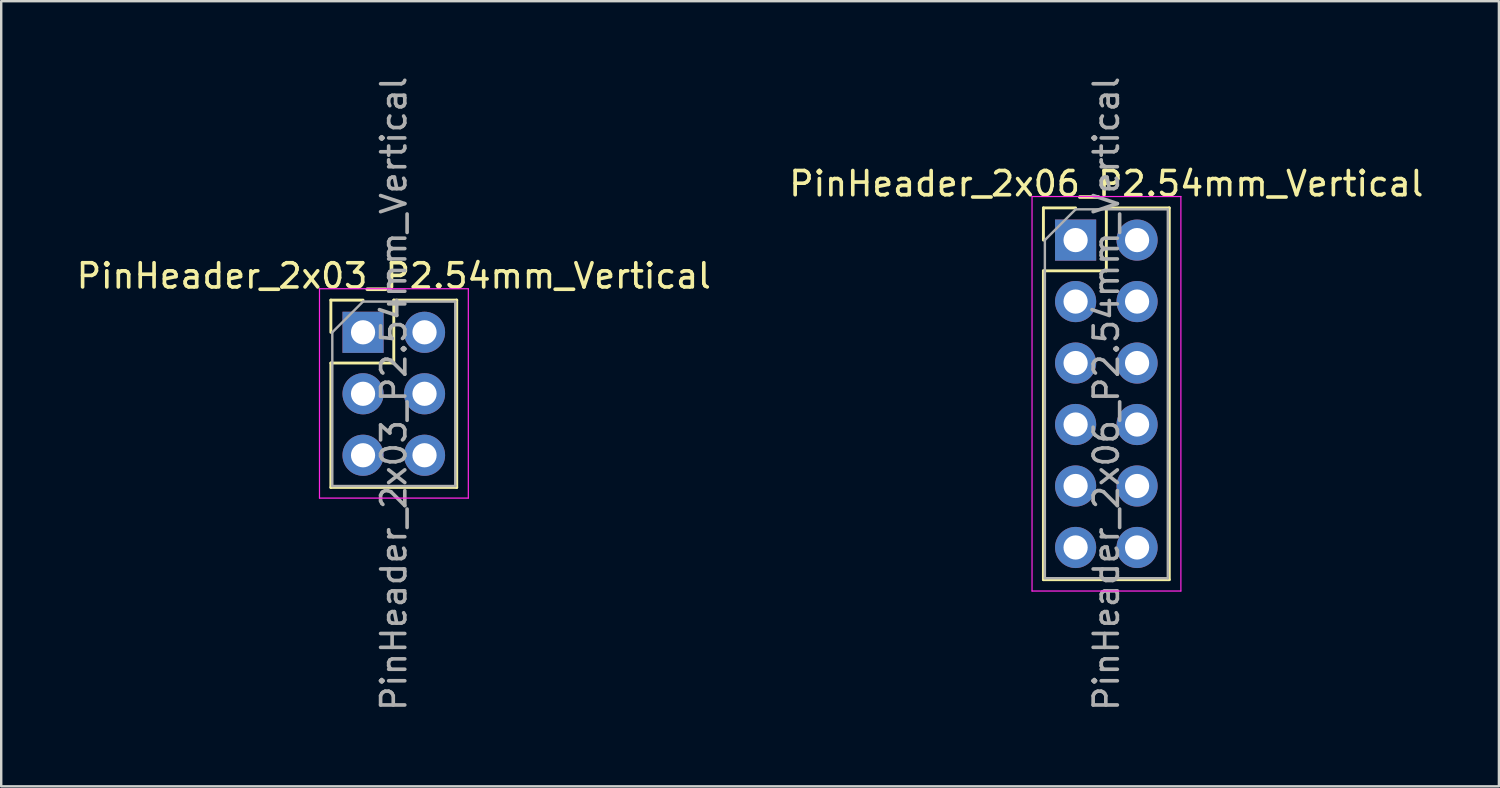
<source format=kicad_pcb>
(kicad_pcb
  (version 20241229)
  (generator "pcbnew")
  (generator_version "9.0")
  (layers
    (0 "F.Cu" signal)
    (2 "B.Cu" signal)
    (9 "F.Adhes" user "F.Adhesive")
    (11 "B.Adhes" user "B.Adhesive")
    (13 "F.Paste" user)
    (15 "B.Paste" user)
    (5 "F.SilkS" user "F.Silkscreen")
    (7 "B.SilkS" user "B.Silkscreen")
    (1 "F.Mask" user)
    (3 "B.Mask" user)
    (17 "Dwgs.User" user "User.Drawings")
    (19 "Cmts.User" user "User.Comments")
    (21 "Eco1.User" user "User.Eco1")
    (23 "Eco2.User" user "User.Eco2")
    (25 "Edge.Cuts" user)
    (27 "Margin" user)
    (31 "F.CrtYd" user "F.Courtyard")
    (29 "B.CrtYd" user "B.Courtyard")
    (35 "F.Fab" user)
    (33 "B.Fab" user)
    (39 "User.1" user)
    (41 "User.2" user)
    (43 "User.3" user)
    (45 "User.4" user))
  (footprint "PinHeader_2x06_P2.54mm_Vertical"
    (layer "F.Cu")
    (at 41.391 6.87)
    (property "Reference" "PinHeader_2x06_P2.54mm_Vertical" (at 1.27 -2.33 0) (layer "F.SilkS") (effects (font (size 1 1) (thickness 0.15))))
    (attr through_hole)
    (fp_line (start -1.33 -1.33) (end 0 -1.33) (stroke (width 0.12) (type solid)) (layer "F.SilkS"))
    (fp_line (start -1.33 0) (end -1.33 -1.33) (stroke (width 0.12) (type solid)) (layer "F.SilkS"))
    (fp_line (start -1.33 1.27) (end -1.33 14.03) (stroke (width 0.12) (type solid)) (layer "F.SilkS"))
    (fp_line (start -1.33 1.27) (end 1.27 1.27) (stroke (width 0.12) (type solid)) (layer "F.SilkS"))
    (fp_line (start -1.33 14.03) (end 3.87 14.03) (stroke (width 0.12) (type solid)) (layer "F.SilkS"))
    (fp_line (start 1.27 -1.33) (end 3.87 -1.33) (stroke (width 0.12) (type solid)) (layer "F.SilkS"))
    (fp_line (start 1.27 1.27) (end 1.27 -1.33) (stroke (width 0.12) (type solid)) (layer "F.SilkS"))
    (fp_line (start 3.87 -1.33) (end 3.87 14.03) (stroke (width 0.12) (type solid)) (layer "F.SilkS"))
    (fp_line (start -1.8 -1.8) (end -1.8 14.5) (stroke (width 0.05) (type solid)) (layer "F.CrtYd"))
    (fp_line (start -1.8 14.5) (end 4.35 14.5) (stroke (width 0.05) (type solid)) (layer "F.CrtYd"))
    (fp_line (start 4.35 -1.8) (end -1.8 -1.8) (stroke (width 0.05) (type solid)) (layer "F.CrtYd"))
    (fp_line (start 4.35 14.5) (end 4.35 -1.8) (stroke (width 0.05) (type solid)) (layer "F.CrtYd"))
    (fp_line (start -1.27 0) (end 0 -1.27) (stroke (width 0.1) (type solid)) (layer "F.Fab"))
    (fp_line (start -1.27 13.97) (end -1.27 0) (stroke (width 0.1) (type solid)) (layer "F.Fab"))
    (fp_line (start 0 -1.27) (end 3.81 -1.27) (stroke (width 0.1) (type solid)) (layer "F.Fab"))
    (fp_line (start 3.81 -1.27) (end 3.81 13.97) (stroke (width 0.1) (type solid)) (layer "F.Fab"))
    (fp_line (start 3.81 13.97) (end -1.27 13.97) (stroke (width 0.1) (type solid)) (layer "F.Fab"))
    (fp_text user "${REFERENCE}" (at 1.27 6.35 90) (layer "F.Fab") (effects (font (size 1 1) (thickness 0.15))))
    (pad "1" thru_hole rect (at 0 0) (size 1.7 1.7) (drill 1) (layers "*.Cu" "*.Mask"))
    (pad "2" thru_hole oval (at 2.54 0) (size 1.7 1.7) (drill 1) (layers "*.Cu" "*.Mask"))
    (pad "3" thru_hole oval (at 0 2.54) (size 1.7 1.7) (drill 1) (layers "*.Cu" "*.Mask"))
    (pad "4" thru_hole oval (at 2.54 2.54) (size 1.7 1.7) (drill 1) (layers "*.Cu" "*.Mask"))
    (pad "5" thru_hole oval (at 0 5.08) (size 1.7 1.7) (drill 1) (layers "*.Cu" "*.Mask"))
    (pad "6" thru_hole oval (at 2.54 5.08) (size 1.7 1.7) (drill 1) (layers "*.Cu" "*.Mask"))
    (pad "7" thru_hole oval (at 0 7.62) (size 1.7 1.7) (drill 1) (layers "*.Cu" "*.Mask"))
    (pad "8" thru_hole oval (at 2.54 7.62) (size 1.7 1.7) (drill 1) (layers "*.Cu" "*.Mask"))
    (pad "9" thru_hole oval (at 0 10.16) (size 1.7 1.7) (drill 1) (layers "*.Cu" "*.Mask"))
    (pad "10" thru_hole oval (at 2.54 10.16) (size 1.7 1.7) (drill 1) (layers "*.Cu" "*.Mask"))
    (pad "11" thru_hole oval (at 0 12.7) (size 1.7 1.7) (drill 1) (layers "*.Cu" "*.Mask"))
    (pad "12" thru_hole oval (at 2.54 12.7) (size 1.7 1.7) (drill 1) (layers "*.Cu" "*.Mask")))
  (footprint "PinHeader_2x03_P2.54mm_Vertical"
    (layer "F.Cu")
    (at 11.95 10.68)
    (property "Reference" "PinHeader_2x03_P2.54mm_Vertical" (at 1.27 -2.33 0) (layer "F.SilkS") (effects (font (size 1 1) (thickness 0.15))))
    (attr through_hole)
    (fp_line (start -1.33 -1.33) (end 0 -1.33) (stroke (width 0.12) (type solid)) (layer "F.SilkS"))
    (fp_line (start -1.33 0) (end -1.33 -1.33) (stroke (width 0.12) (type solid)) (layer "F.SilkS"))
    (fp_line (start -1.33 1.27) (end -1.33 6.41) (stroke (width 0.12) (type solid)) (layer "F.SilkS"))
    (fp_line (start -1.33 1.27) (end 1.27 1.27) (stroke (width 0.12) (type solid)) (layer "F.SilkS"))
    (fp_line (start -1.33 6.41) (end 3.87 6.41) (stroke (width 0.12) (type solid)) (layer "F.SilkS"))
    (fp_line (start 1.27 -1.33) (end 3.87 -1.33) (stroke (width 0.12) (type solid)) (layer "F.SilkS"))
    (fp_line (start 1.27 1.27) (end 1.27 -1.33) (stroke (width 0.12) (type solid)) (layer "F.SilkS"))
    (fp_line (start 3.87 -1.33) (end 3.87 6.41) (stroke (width 0.12) (type solid)) (layer "F.SilkS"))
    (fp_line (start -1.8 -1.8) (end -1.8 6.85) (stroke (width 0.05) (type solid)) (layer "F.CrtYd"))
    (fp_line (start -1.8 6.85) (end 4.35 6.85) (stroke (width 0.05) (type solid)) (layer "F.CrtYd"))
    (fp_line (start 4.35 -1.8) (end -1.8 -1.8) (stroke (width 0.05) (type solid)) (layer "F.CrtYd"))
    (fp_line (start 4.35 6.85) (end 4.35 -1.8) (stroke (width 0.05) (type solid)) (layer "F.CrtYd"))
    (fp_line (start -1.27 0) (end 0 -1.27) (stroke (width 0.1) (type solid)) (layer "F.Fab"))
    (fp_line (start -1.27 6.35) (end -1.27 0) (stroke (width 0.1) (type solid)) (layer "F.Fab"))
    (fp_line (start 0 -1.27) (end 3.81 -1.27) (stroke (width 0.1) (type solid)) (layer "F.Fab"))
    (fp_line (start 3.81 -1.27) (end 3.81 6.35) (stroke (width 0.1) (type solid)) (layer "F.Fab"))
    (fp_line (start 3.81 6.35) (end -1.27 6.35) (stroke (width 0.1) (type solid)) (layer "F.Fab"))
    (fp_text user "${REFERENCE}" (at 1.27 2.54 90) (layer "F.Fab") (effects (font (size 1 1) (thickness 0.15))))
    (pad "1" thru_hole rect (at 0 0) (size 1.7 1.7) (drill 1) (layers "*.Cu" "*.Mask"))
    (pad "2" thru_hole oval (at 2.54 0) (size 1.7 1.7) (drill 1) (layers "*.Cu" "*.Mask"))
    (pad "3" thru_hole oval (at 0 2.54) (size 1.7 1.7) (drill 1) (layers "*.Cu" "*.Mask"))
    (pad "4" thru_hole oval (at 2.54 2.54) (size 1.7 1.7) (drill 1) (layers "*.Cu" "*.Mask"))
    (pad "5" thru_hole oval (at 0 5.08) (size 1.7 1.7) (drill 1) (layers "*.Cu" "*.Mask"))
    (pad "6" thru_hole oval (at 2.54 5.08) (size 1.7 1.7) (drill 1) (layers "*.Cu" "*.Mask")))
  (gr_rect
    (start -3 -3)
    (end 58.881 29.44)
    (stroke (width 0.1) (type default))
    (fill no)
    (layer "Edge.Cuts")))
</source>
